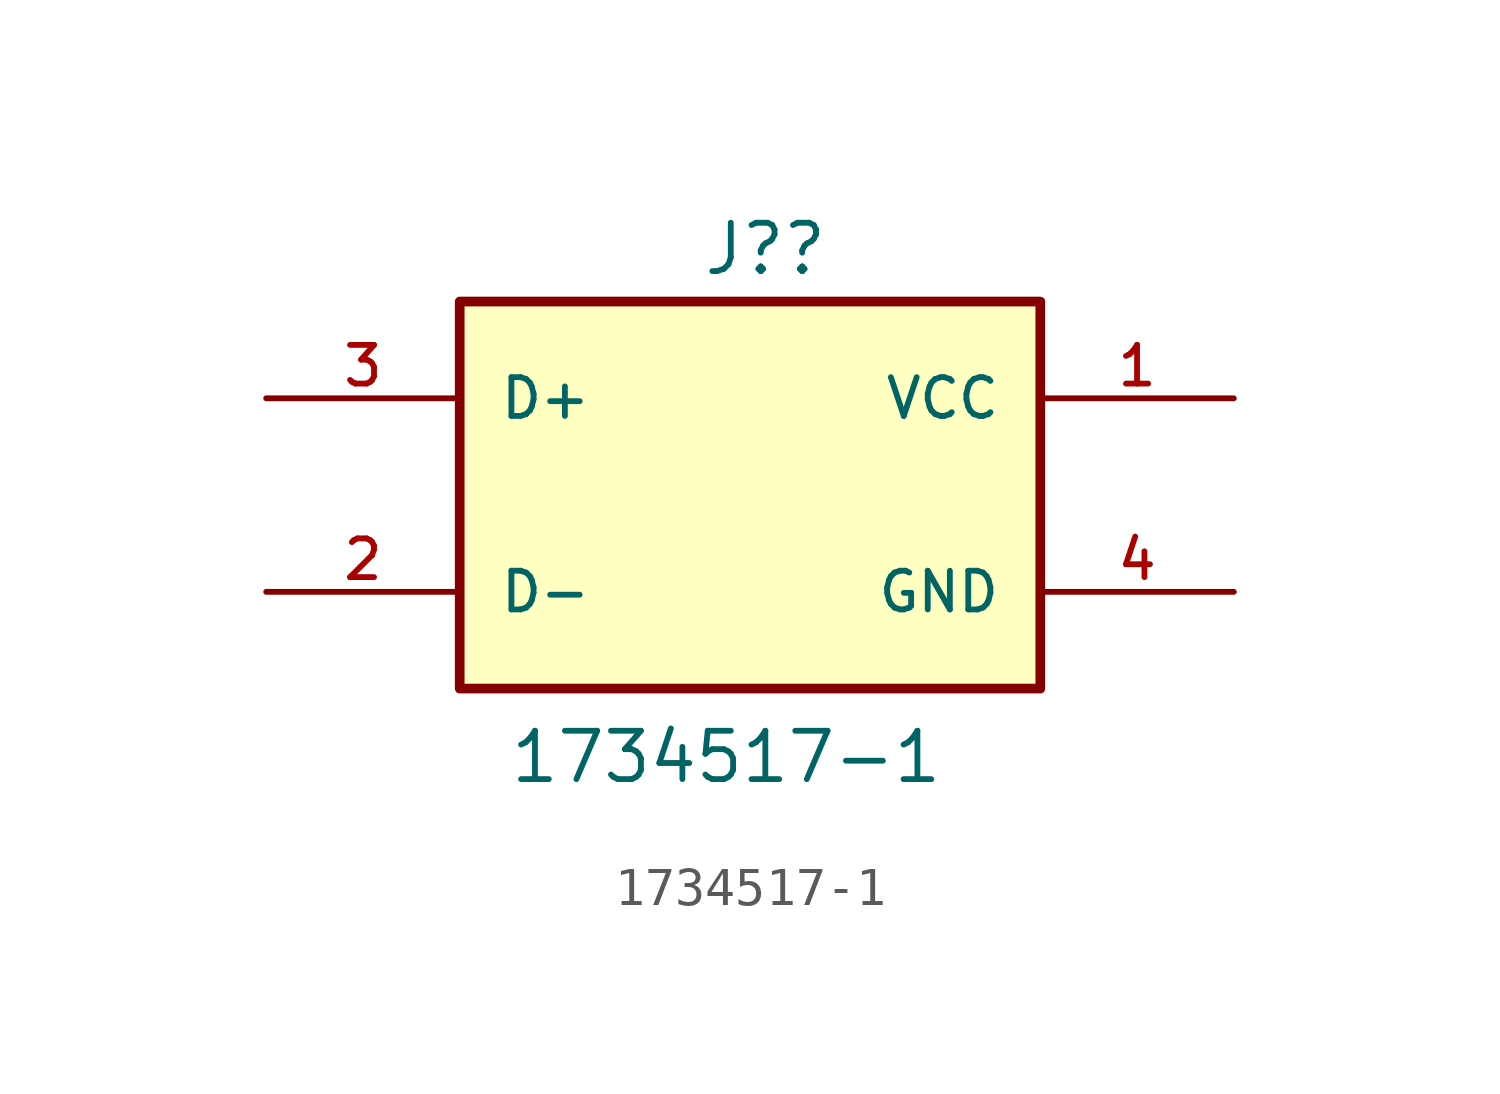
<source format=kicad_sym>
(kicad_symbol_lib
  (version 20211014)
  (generator kicad_symbol_editor)
  (symbol "1734517-1"
    (pin_names
      (offset 1.016))
    (property "Reference" "J?"
      (at -1.27 5.715 0)
      (effects (font (size 1.27 1.27)) (justify left bottom)))
    (property "Value" "1734517-1"
      (at -6.35 -7.62 0)
      (effects (font (size 1.27 1.27)) (justify left bottom)))
    (symbol "1734517-1_0_0"
      (rectangle (start -7.62 -5.08) (end 7.62 5.08) (stroke (width 0.254) (type default) (color 0 0 0 0)) (fill (type background)))
      (pin output line (at 12.7 2.54 180) (length 5.08) (name "VCC" (effects (font (size 1.016 1.016)))) (number "1" (effects (font (size 1.016 1.016)))))
      (pin bidirectional line (at -12.7 -2.54 0) (length 5.08) (name "D-" (effects (font (size 1.016 1.016)))) (number "2" (effects (font (size 1.016 1.016)))))
      (pin bidirectional line (at -12.7 2.54 0) (length 5.08) (name "D+" (effects (font (size 1.016 1.016)))) (number "3" (effects (font (size 1.016 1.016)))))
      (pin power_in line (at 12.7 -2.54 180) (length 5.08) (name "GND" (effects (font (size 1.016 1.016)))) (number "4" (effects (font (size 1.016 1.016)))))
      (pin no_connect line (at -12.7 0 0) (length 5.08) hide (name "SLD" (effects (font (size 1.016 1.016)))) (number "5" (effects (font (size 1.016 1.016)))))
      (pin no_connect line (at 12.7 0 180) (length 5.08) hide (name "SLD" (effects (font (size 1.016 1.016)))) (number "6" (effects (font (size 1.016 1.016))))))))
</source>
